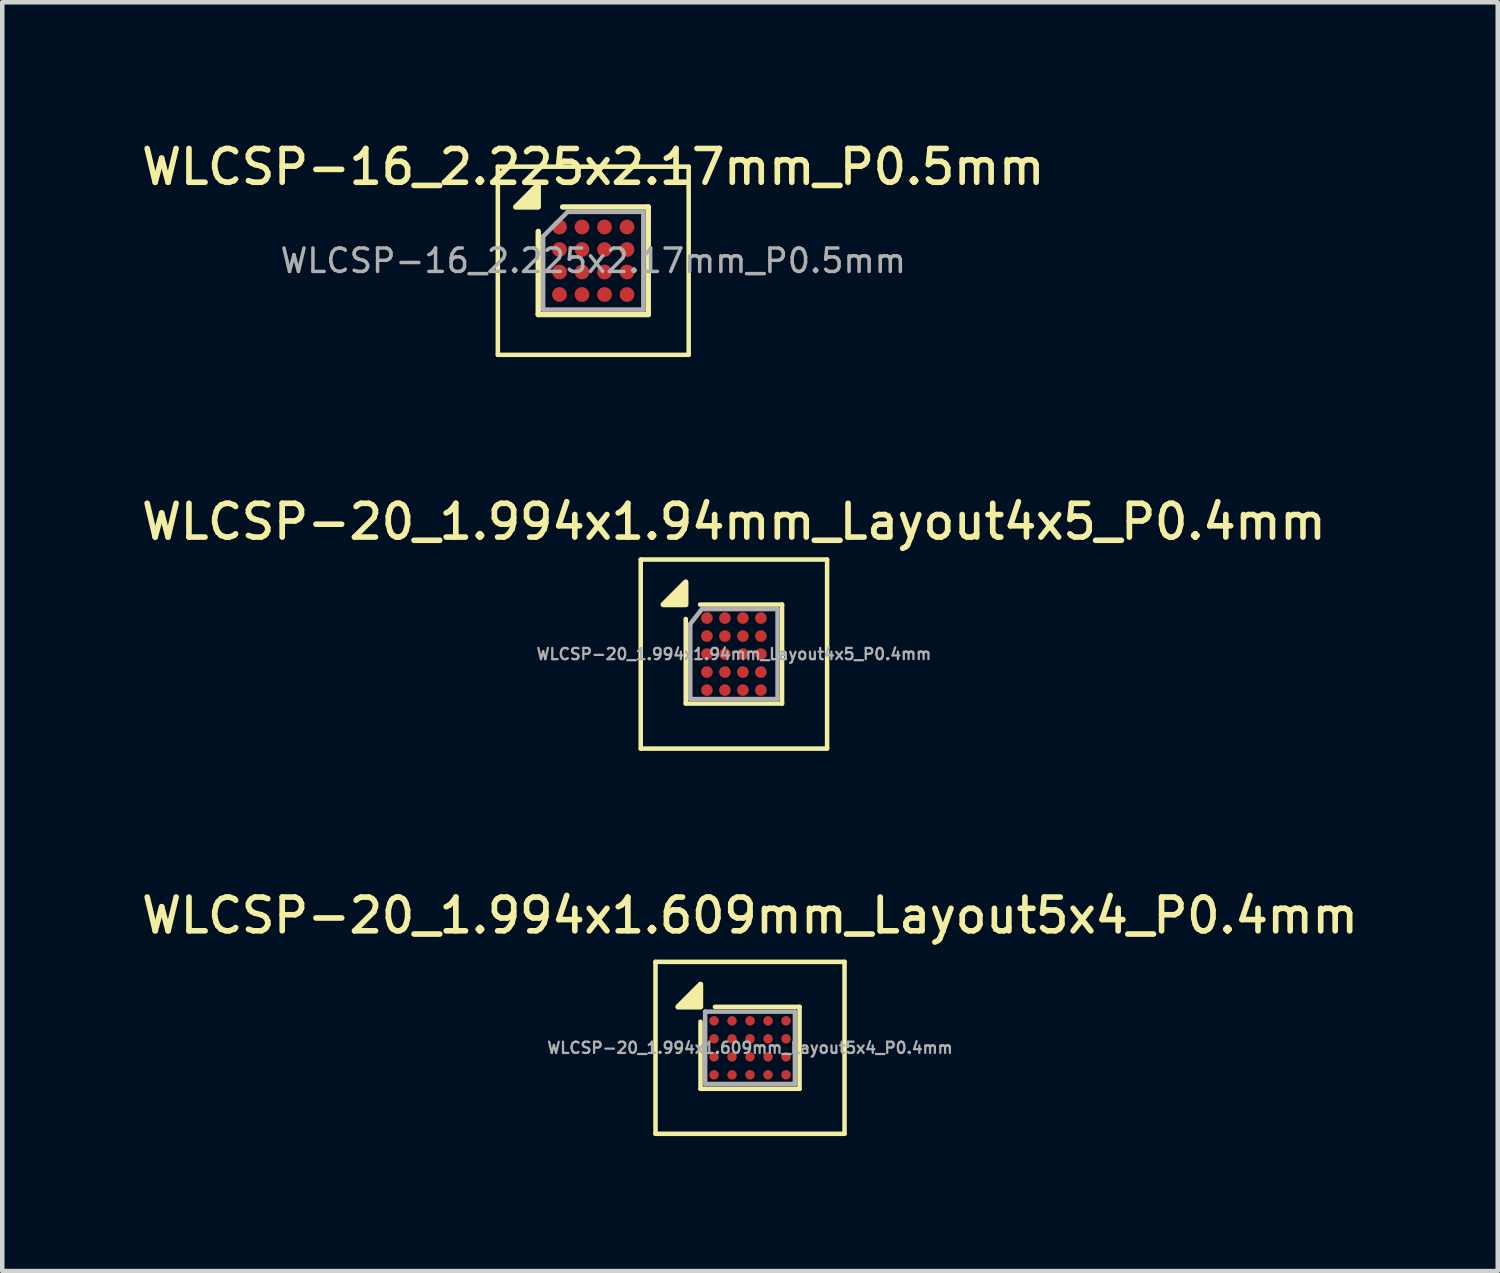
<source format=kicad_pcb>
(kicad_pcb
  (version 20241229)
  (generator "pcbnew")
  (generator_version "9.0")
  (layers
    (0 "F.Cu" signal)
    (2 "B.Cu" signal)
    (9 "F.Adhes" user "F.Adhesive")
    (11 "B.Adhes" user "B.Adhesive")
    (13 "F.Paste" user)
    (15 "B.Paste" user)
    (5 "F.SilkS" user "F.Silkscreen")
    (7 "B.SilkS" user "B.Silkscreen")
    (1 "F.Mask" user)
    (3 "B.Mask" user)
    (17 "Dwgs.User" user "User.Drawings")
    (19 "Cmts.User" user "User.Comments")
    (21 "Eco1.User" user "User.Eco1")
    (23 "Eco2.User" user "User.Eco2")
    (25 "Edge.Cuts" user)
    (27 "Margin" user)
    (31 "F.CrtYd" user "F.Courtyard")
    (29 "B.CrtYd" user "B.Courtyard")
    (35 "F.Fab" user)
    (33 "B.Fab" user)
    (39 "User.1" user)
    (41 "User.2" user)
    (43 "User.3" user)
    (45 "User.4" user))
  (footprint "WLCSP-20_1.994x1.94mm_Layout4x5_P0.4mm"
    (layer "F.Cu")
    (at 13.255 11.481)
    (property "Reference" "WLCSP-20_1.994x1.94mm_Layout4x5_P0.4mm" (at 0 -2.94 0) (layer "F.SilkS") (effects (font (size 0.75 0.75) (thickness 0.125))))
    (attr smd)
    (fp_line (start -2.07 2.1) (end -2.07 -2.1) (stroke (width 0.1) (type solid)) (layer "F.SilkS"))
    (fp_line (start -1.07 1.1) (end -1.07 -0.78) (stroke (width 0.1) (type solid)) (layer "F.SilkS"))
    (fp_line (start 1.07 -1.1) (end -0.75 -1.1) (stroke (width 0.1) (type solid)) (layer "F.SilkS"))
    (fp_line (start 1.07 1.1) (end -1.07 1.1) (stroke (width 0.1) (type solid)) (layer "F.SilkS"))
    (fp_line (start 1.07 1.1) (end 1.07 -1.1) (stroke (width 0.1) (type solid)) (layer "F.SilkS"))
    (fp_line (start 2.07 -2.1) (end -2.07 -2.1) (stroke (width 0.1) (type solid)) (layer "F.SilkS"))
    (fp_line (start 2.07 2.1) (end -2.07 2.1) (stroke (width 0.1) (type solid)) (layer "F.SilkS"))
    (fp_line (start 2.07 2.1) (end 2.07 -2.1) (stroke (width 0.1) (type solid)) (layer "F.SilkS"))
    (fp_poly (pts (xy -1.07 -1.1) (xy -1.57 -1.1) (xy -1.07 -1.6) (xy -1.07 -1.1)) (stroke (width 0.12) (type solid)) (fill yes) (layer "F.SilkS"))
    (fp_line (start -0.97 -0.67) (end -0.71 -1) (stroke (width 0.1) (type solid)) (layer "F.Fab"))
    (fp_line (start -0.97 0.997) (end -0.97 -0.66) (stroke (width 0.1) (type solid)) (layer "F.Fab"))
    (fp_line (start -0.97 1) (end 0.97 1) (stroke (width 0.1) (type solid)) (layer "F.Fab"))
    (fp_line (start -0.7 -1) (end 0.97 -1) (stroke (width 0.1) (type solid)) (layer "F.Fab"))
    (fp_line (start 0.97 0.997) (end 0.97 -0.997) (stroke (width 0.1) (type solid)) (layer "F.Fab"))
    (fp_text user "${REFERENCE}" (at 0 0 0) (layer "F.Fab") (effects (font (size 0.25 0.25) (thickness 0.05))))
    (pad "A1" smd circle (at -0.6 -0.8) (size 0.258 0.258) (property pad_prop_bga) (layers "F.Cu" "F.Mask" "F.Paste"))
    (pad "A2" smd circle (at -0.2 -0.8) (size 0.258 0.258) (property pad_prop_bga) (layers "F.Cu" "F.Mask" "F.Paste"))
    (pad "A3" smd circle (at 0.2 -0.8) (size 0.258 0.258) (property pad_prop_bga) (layers "F.Cu" "F.Mask" "F.Paste"))
    (pad "A4" smd circle (at 0.6 -0.8) (size 0.258 0.258) (property pad_prop_bga) (layers "F.Cu" "F.Mask" "F.Paste"))
    (pad "B1" smd circle (at -0.6 -0.4) (size 0.258 0.258) (property pad_prop_bga) (layers "F.Cu" "F.Mask" "F.Paste"))
    (pad "B2" smd circle (at -0.2 -0.4) (size 0.258 0.258) (property pad_prop_bga) (layers "F.Cu" "F.Mask" "F.Paste"))
    (pad "B3" smd circle (at 0.2 -0.4) (size 0.258 0.258) (property pad_prop_bga) (layers "F.Cu" "F.Mask" "F.Paste"))
    (pad "B4" smd circle (at 0.6 -0.4) (size 0.258 0.258) (property pad_prop_bga) (layers "F.Cu" "F.Mask" "F.Paste"))
    (pad "C1" smd circle (at -0.6 0) (size 0.258 0.258) (property pad_prop_bga) (layers "F.Cu" "F.Mask" "F.Paste"))
    (pad "C2" smd circle (at -0.2 0) (size 0.258 0.258) (property pad_prop_bga) (layers "F.Cu" "F.Mask" "F.Paste"))
    (pad "C3" smd circle (at 0.2 0) (size 0.258 0.258) (property pad_prop_bga) (layers "F.Cu" "F.Mask" "F.Paste"))
    (pad "C4" smd circle (at 0.6 0) (size 0.258 0.258) (property pad_prop_bga) (layers "F.Cu" "F.Mask" "F.Paste"))
    (pad "D1" smd circle (at -0.6 0.4) (size 0.258 0.258) (property pad_prop_bga) (layers "F.Cu" "F.Mask" "F.Paste"))
    (pad "D2" smd circle (at -0.2 0.4) (size 0.258 0.258) (property pad_prop_bga) (layers "F.Cu" "F.Mask" "F.Paste"))
    (pad "D3" smd circle (at 0.2 0.4) (size 0.258 0.258) (property pad_prop_bga) (layers "F.Cu" "F.Mask" "F.Paste"))
    (pad "D4" smd circle (at 0.6 0.4) (size 0.258 0.258) (property pad_prop_bga) (layers "F.Cu" "F.Mask" "F.Paste"))
    (pad "E1" smd circle (at -0.6 0.8) (size 0.258 0.258) (property pad_prop_bga) (layers "F.Cu" "F.Mask" "F.Paste"))
    (pad "E2" smd circle (at -0.2 0.8) (size 0.258 0.258) (property pad_prop_bga) (layers "F.Cu" "F.Mask" "F.Paste"))
    (pad "E3" smd circle (at 0.2 0.8) (size 0.258 0.258) (property pad_prop_bga) (layers "F.Cu" "F.Mask" "F.Paste"))
    (pad "E4" smd circle (at 0.6 0.8) (size 0.258 0.258) (property pad_prop_bga) (layers "F.Cu" "F.Mask" "F.Paste")))
  (footprint "WLCSP-20_1.994x1.609mm_Layout5x4_P0.4mm"
    (layer "F.Cu")
    (at 13.613 20.229)
    (property "Reference" "WLCSP-20_1.994x1.609mm_Layout5x4_P0.4mm" (at 0 -2.94 0) (layer "F.SilkS") (effects (font (size 0.75 0.75) (thickness 0.125))))
    (attr smd)
    (fp_line (start -2.1 -1.91) (end -2.1 1.91) (stroke (width 0.1) (type solid)) (layer "F.SilkS"))
    (fp_line (start -2.1 -1.91) (end 2.1 -1.91) (stroke (width 0.1) (type solid)) (layer "F.SilkS"))
    (fp_line (start -2.1 1.91) (end 2.1 1.91) (stroke (width 0.1) (type solid)) (layer "F.SilkS"))
    (fp_line (start -1.1 -0.58) (end -1.1 0.91) (stroke (width 0.1) (type solid)) (layer "F.SilkS"))
    (fp_line (start -1.1 0.91) (end 1.1 0.91) (stroke (width 0.1) (type solid)) (layer "F.SilkS"))
    (fp_line (start -0.78 -0.91) (end 1.1 -0.91) (stroke (width 0.1) (type solid)) (layer "F.SilkS"))
    (fp_line (start 1.1 -0.91) (end 1.1 0.91) (stroke (width 0.1) (type solid)) (layer "F.SilkS"))
    (fp_line (start 2.1 -1.91) (end 2.1 1.91) (stroke (width 0.1) (type solid)) (layer "F.SilkS"))
    (fp_poly (pts (xy -1.1 -0.91) (xy -1.6 -0.91) (xy -1.1 -1.41) (xy -1.1 -0.91)) (stroke (width 0.12) (type solid)) (fill yes) (layer "F.SilkS"))
    (fp_line (start -0.997 -0.804) (end 0.997 -0.804) (stroke (width 0.1) (type solid)) (layer "F.Fab"))
    (fp_line (start -0.997 0.804) (end -0.997 -0.804) (stroke (width 0.1) (type solid)) (layer "F.Fab"))
    (fp_line (start -0.997 0.804) (end 0.997 0.804) (stroke (width 0.1) (type solid)) (layer "F.Fab"))
    (fp_line (start 0.997 0.804) (end 0.997 -0.804) (stroke (width 0.1) (type solid)) (layer "F.Fab"))
    (fp_text user "${REFERENCE}" (at 0 0 0) (layer "F.Fab") (effects (font (size 0.25 0.25) (thickness 0.05))))
    (pad "A1" smd circle (at -0.8 -0.6) (size 0.21 0.21) (property pad_prop_bga) (layers "F.Cu" "F.Mask" "F.Paste"))
    (pad "A2" smd circle (at -0.4 -0.6) (size 0.21 0.21) (property pad_prop_bga) (layers "F.Cu" "F.Mask" "F.Paste"))
    (pad "A3" smd circle (at 0 -0.6) (size 0.21 0.21) (property pad_prop_bga) (layers "F.Cu" "F.Mask" "F.Paste"))
    (pad "A4" smd circle (at 0.4 -0.6) (size 0.21 0.21) (property pad_prop_bga) (layers "F.Cu" "F.Mask" "F.Paste"))
    (pad "A5" smd circle (at 0.8 -0.6) (size 0.21 0.21) (property pad_prop_bga) (layers "F.Cu" "F.Mask" "F.Paste"))
    (pad "B1" smd circle (at -0.8 -0.2) (size 0.21 0.21) (property pad_prop_bga) (layers "F.Cu" "F.Mask" "F.Paste"))
    (pad "B2" smd circle (at -0.4 -0.2) (size 0.21 0.21) (property pad_prop_bga) (layers "F.Cu" "F.Mask" "F.Paste"))
    (pad "B3" smd circle (at 0 -0.2) (size 0.21 0.21) (property pad_prop_bga) (layers "F.Cu" "F.Mask" "F.Paste"))
    (pad "B4" smd circle (at 0.4 -0.2) (size 0.21 0.21) (property pad_prop_bga) (layers "F.Cu" "F.Mask" "F.Paste"))
    (pad "B5" smd circle (at 0.8 -0.2) (size 0.21 0.21) (property pad_prop_bga) (layers "F.Cu" "F.Mask" "F.Paste"))
    (pad "C1" smd circle (at -0.8 0.2) (size 0.21 0.21) (property pad_prop_bga) (layers "F.Cu" "F.Mask" "F.Paste"))
    (pad "C2" smd circle (at -0.4 0.2) (size 0.21 0.21) (property pad_prop_bga) (layers "F.Cu" "F.Mask" "F.Paste"))
    (pad "C3" smd circle (at 0 0.2) (size 0.21 0.21) (property pad_prop_bga) (layers "F.Cu" "F.Mask" "F.Paste"))
    (pad "C4" smd circle (at 0.4 0.2) (size 0.21 0.21) (property pad_prop_bga) (layers "F.Cu" "F.Mask" "F.Paste"))
    (pad "C5" smd circle (at 0.8 0.2) (size 0.21 0.21) (property pad_prop_bga) (layers "F.Cu" "F.Mask" "F.Paste"))
    (pad "D1" smd circle (at -0.8 0.6) (size 0.21 0.21) (property pad_prop_bga) (layers "F.Cu" "F.Mask" "F.Paste"))
    (pad "D2" smd circle (at -0.4 0.6) (size 0.21 0.21) (property pad_prop_bga) (layers "F.Cu" "F.Mask" "F.Paste"))
    (pad "D3" smd circle (at 0 0.6) (size 0.21 0.21) (property pad_prop_bga) (layers "F.Cu" "F.Mask" "F.Paste"))
    (pad "D4" smd circle (at 0.4 0.6) (size 0.21 0.21) (property pad_prop_bga) (layers "F.Cu" "F.Mask" "F.Paste"))
    (pad "D5" smd circle (at 0.8 0.6) (size 0.21 0.21) (property pad_prop_bga) (layers "F.Cu" "F.Mask" "F.Paste")))
  (footprint "WLCSP-16_2.225x2.17mm_P0.5mm"
    (layer "F.Cu")
    (at 10.13 2.743)
    (property "Reference" "WLCSP-16_2.225x2.17mm_P0.5mm" (at 0 -2.085 0) (layer "F.SilkS") (effects (font (size 0.75 0.75) (thickness 0.125))))
    (attr smd)
    (fp_line (start -2.12 -2.09) (end -2.12 2.09) (stroke (width 0.1) (type solid)) (layer "F.SilkS"))
    (fp_line (start -2.12 2.09) (end 2.12 2.09) (stroke (width 0.1) (type solid)) (layer "F.SilkS"))
    (fp_line (start -1.222 1.195) (end -1.222 -0.652) (stroke (width 0.12) (type solid)) (layer "F.SilkS"))
    (fp_line (start -0.68 -1.195) (end 1.222 -1.195) (stroke (width 0.12) (type solid)) (layer "F.SilkS"))
    (fp_line (start 1.222 -1.195) (end 1.222 1.195) (stroke (width 0.12) (type solid)) (layer "F.SilkS"))
    (fp_line (start 1.222 1.195) (end -1.222 1.195) (stroke (width 0.12) (type solid)) (layer "F.SilkS"))
    (fp_line (start 2.12 -2.09) (end -2.12 -2.09) (stroke (width 0.1) (type solid)) (layer "F.SilkS"))
    (fp_line (start 2.12 2.09) (end 2.12 -2.09) (stroke (width 0.1) (type solid)) (layer "F.SilkS"))
    (fp_poly (pts (xy -1.222 -1.195) (xy -1.722 -1.195) (xy -1.222 -1.695) (xy -1.222 -1.195)) (stroke (width 0.12) (type solid)) (fill yes) (layer "F.SilkS"))
    (fp_line (start -1.113 -0.542) (end -0.57 -1.085) (stroke (width 0.1) (type solid)) (layer "F.Fab"))
    (fp_line (start -1.113 1.085) (end -1.113 -0.542) (stroke (width 0.1) (type solid)) (layer "F.Fab"))
    (fp_line (start -0.57 -1.085) (end 1.113 -1.085) (stroke (width 0.1) (type solid)) (layer "F.Fab"))
    (fp_line (start 1.113 -1.085) (end 1.113 1.085) (stroke (width 0.1) (type solid)) (layer "F.Fab"))
    (fp_line (start 1.113 1.085) (end -1.113 1.085) (stroke (width 0.1) (type solid)) (layer "F.Fab"))
    (fp_text user "${REFERENCE}" (at 0 0 0) (layer "F.Fab") (effects (font (size 0.52 0.52) (thickness 0.078))))
    (pad "A1" smd circle (at -0.75 -0.75) (size 0.327 0.327) (property pad_prop_bga) (layers "F.Cu" "F.Mask" "F.Paste"))
    (pad "A2" smd circle (at -0.25 -0.75) (size 0.327 0.327) (property pad_prop_bga) (layers "F.Cu" "F.Mask" "F.Paste"))
    (pad "A3" smd circle (at 0.25 -0.75) (size 0.327 0.327) (property pad_prop_bga) (layers "F.Cu" "F.Mask" "F.Paste"))
    (pad "A4" smd circle (at 0.75 -0.75) (size 0.327 0.327) (property pad_prop_bga) (layers "F.Cu" "F.Mask" "F.Paste"))
    (pad "B1" smd circle (at -0.75 -0.25) (size 0.327 0.327) (property pad_prop_bga) (layers "F.Cu" "F.Mask" "F.Paste"))
    (pad "B2" smd circle (at -0.25 -0.25) (size 0.327 0.327) (property pad_prop_bga) (layers "F.Cu" "F.Mask" "F.Paste"))
    (pad "B3" smd circle (at 0.25 -0.25) (size 0.327 0.327) (property pad_prop_bga) (layers "F.Cu" "F.Mask" "F.Paste"))
    (pad "B4" smd circle (at 0.75 -0.25) (size 0.327 0.327) (property pad_prop_bga) (layers "F.Cu" "F.Mask" "F.Paste"))
    (pad "C1" smd circle (at -0.75 0.25) (size 0.327 0.327) (property pad_prop_bga) (layers "F.Cu" "F.Mask" "F.Paste"))
    (pad "C2" smd circle (at -0.25 0.25) (size 0.327 0.327) (property pad_prop_bga) (layers "F.Cu" "F.Mask" "F.Paste"))
    (pad "C3" smd circle (at 0.25 0.25) (size 0.327 0.327) (property pad_prop_bga) (layers "F.Cu" "F.Mask" "F.Paste"))
    (pad "C4" smd circle (at 0.75 0.25) (size 0.327 0.327) (property pad_prop_bga) (layers "F.Cu" "F.Mask" "F.Paste"))
    (pad "D1" smd circle (at -0.75 0.75) (size 0.327 0.327) (property pad_prop_bga) (layers "F.Cu" "F.Mask" "F.Paste"))
    (pad "D2" smd circle (at -0.25 0.75) (size 0.327 0.327) (property pad_prop_bga) (layers "F.Cu" "F.Mask" "F.Paste"))
    (pad "D3" smd circle (at 0.25 0.75) (size 0.327 0.327) (property pad_prop_bga) (layers "F.Cu" "F.Mask" "F.Paste"))
    (pad "D4" smd circle (at 0.75 0.75) (size 0.327 0.327) (property pad_prop_bga) (layers "F.Cu" "F.Mask" "F.Paste")))
  (gr_rect
    (start -3 -3)
    (end 30.225 25.189)
    (stroke (width 0.1) (type default))
    (fill no)
    (layer "Edge.Cuts")))
</source>
